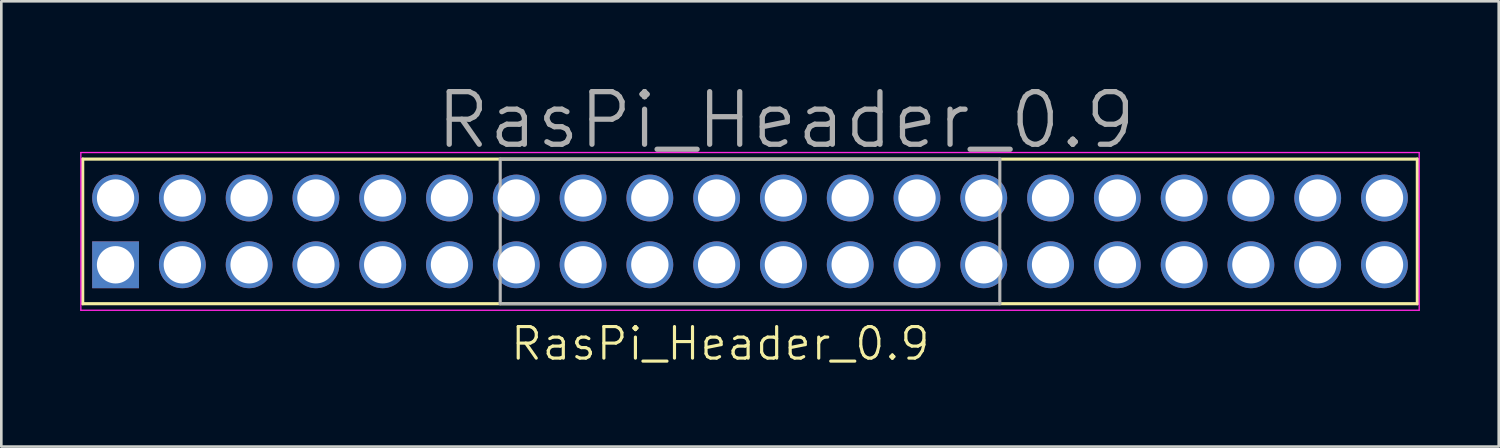
<source format=kicad_pcb>
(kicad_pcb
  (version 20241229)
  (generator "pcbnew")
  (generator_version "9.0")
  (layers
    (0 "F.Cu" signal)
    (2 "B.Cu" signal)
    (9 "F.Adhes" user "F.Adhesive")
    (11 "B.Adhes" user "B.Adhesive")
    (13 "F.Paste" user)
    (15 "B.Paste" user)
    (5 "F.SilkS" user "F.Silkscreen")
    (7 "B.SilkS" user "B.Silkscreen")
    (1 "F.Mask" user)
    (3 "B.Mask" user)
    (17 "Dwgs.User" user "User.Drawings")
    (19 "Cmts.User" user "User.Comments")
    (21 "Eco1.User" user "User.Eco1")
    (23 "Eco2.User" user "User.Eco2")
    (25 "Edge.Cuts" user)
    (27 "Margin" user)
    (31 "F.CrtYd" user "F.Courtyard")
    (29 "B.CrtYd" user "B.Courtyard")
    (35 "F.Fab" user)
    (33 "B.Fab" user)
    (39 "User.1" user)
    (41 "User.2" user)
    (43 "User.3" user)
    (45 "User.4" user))
  (footprint "RasPi_Header_0.9"
    (layer "F.Cu")
    (at 1.345 7.021)
    (property "Reference" "RasPi_Header_0.9" (at 23 3 0) (layer "F.SilkS") (effects (font (size 1.2 1.2) (thickness 0.12))))
    (attr through_hole)
    (fp_line (start -1.25 -4.02) (end 49.51 -4.02) (stroke (width 0.12) (type solid)) (layer "F.SilkS"))
    (fp_line (start -1.25 1.48) (end -1.25 -4.02) (stroke (width 0.12) (type solid)) (layer "F.SilkS"))
    (fp_line (start 49.51 -4.02) (end 49.51 1.48) (stroke (width 0.12) (type solid)) (layer "F.SilkS"))
    (fp_line (start 49.51 1.48) (end -1.25 1.48) (stroke (width 0.12) (type solid)) (layer "F.SilkS"))
    (fp_line (start -0.45 -2.99) (end 0.45 -2.99) (stroke (width 0.025) (type solid)) (layer "Dwgs.User"))
    (fp_line (start -0.45 -2.09) (end -0.45 -2.99) (stroke (width 0.025) (type solid)) (layer "Dwgs.User"))
    (fp_line (start -0.45 -0.45) (end 0.45 -0.45) (stroke (width 0.025) (type solid)) (layer "Dwgs.User"))
    (fp_line (start -0.45 0.45) (end -0.45 -0.45) (stroke (width 0.025) (type solid)) (layer "Dwgs.User"))
    (fp_line (start 0.45 -2.99) (end 0.45 -2.09) (stroke (width 0.025) (type solid)) (layer "Dwgs.User"))
    (fp_line (start 0.45 -2.09) (end -0.45 -2.09) (stroke (width 0.025) (type solid)) (layer "Dwgs.User"))
    (fp_line (start 0.45 -0.45) (end 0.45 0.45) (stroke (width 0.025) (type solid)) (layer "Dwgs.User"))
    (fp_line (start 0.45 0.45) (end -0.45 0.45) (stroke (width 0.025) (type solid)) (layer "Dwgs.User"))
    (fp_line (start 2.09 -2.99) (end 2.99 -2.99) (stroke (width 0.025) (type solid)) (layer "Dwgs.User"))
    (fp_line (start 2.09 -2.09) (end 2.09 -2.99) (stroke (width 0.025) (type solid)) (layer "Dwgs.User"))
    (fp_line (start 2.09 -0.45) (end 2.99 -0.45) (stroke (width 0.025) (type solid)) (layer "Dwgs.User"))
    (fp_line (start 2.09 0.45) (end 2.09 -0.45) (stroke (width 0.025) (type solid)) (layer "Dwgs.User"))
    (fp_line (start 2.99 -2.99) (end 2.99 -2.09) (stroke (width 0.025) (type solid)) (layer "Dwgs.User"))
    (fp_line (start 2.99 -2.09) (end 2.09 -2.09) (stroke (width 0.025) (type solid)) (layer "Dwgs.User"))
    (fp_line (start 2.99 -0.45) (end 2.99 0.45) (stroke (width 0.025) (type solid)) (layer "Dwgs.User"))
    (fp_line (start 2.99 0.45) (end 2.09 0.45) (stroke (width 0.025) (type solid)) (layer "Dwgs.User"))
    (fp_line (start 4.63 -2.99) (end 5.53 -2.99) (stroke (width 0.025) (type solid)) (layer "Dwgs.User"))
    (fp_line (start 4.63 -2.09) (end 4.63 -2.99) (stroke (width 0.025) (type solid)) (layer "Dwgs.User"))
    (fp_line (start 4.63 -0.45) (end 5.53 -0.45) (stroke (width 0.025) (type solid)) (layer "Dwgs.User"))
    (fp_line (start 4.63 0.45) (end 4.63 -0.45) (stroke (width 0.025) (type solid)) (layer "Dwgs.User"))
    (fp_line (start 5.53 -2.99) (end 5.53 -2.09) (stroke (width 0.025) (type solid)) (layer "Dwgs.User"))
    (fp_line (start 5.53 -2.09) (end 4.63 -2.09) (stroke (width 0.025) (type solid)) (layer "Dwgs.User"))
    (fp_line (start 5.53 -0.45) (end 5.53 0.45) (stroke (width 0.025) (type solid)) (layer "Dwgs.User"))
    (fp_line (start 5.53 0.45) (end 4.63 0.45) (stroke (width 0.025) (type solid)) (layer "Dwgs.User"))
    (fp_line (start 7.17 -2.99) (end 8.07 -2.99) (stroke (width 0.025) (type solid)) (layer "Dwgs.User"))
    (fp_line (start 7.17 -2.09) (end 7.17 -2.99) (stroke (width 0.025) (type solid)) (layer "Dwgs.User"))
    (fp_line (start 7.17 -0.45) (end 8.07 -0.45) (stroke (width 0.025) (type solid)) (layer "Dwgs.User"))
    (fp_line (start 7.17 0.45) (end 7.17 -0.45) (stroke (width 0.025) (type solid)) (layer "Dwgs.User"))
    (fp_line (start 8.07 -2.99) (end 8.07 -2.09) (stroke (width 0.025) (type solid)) (layer "Dwgs.User"))
    (fp_line (start 8.07 -2.09) (end 7.17 -2.09) (stroke (width 0.025) (type solid)) (layer "Dwgs.User"))
    (fp_line (start 8.07 -0.45) (end 8.07 0.45) (stroke (width 0.025) (type solid)) (layer "Dwgs.User"))
    (fp_line (start 8.07 0.45) (end 7.17 0.45) (stroke (width 0.025) (type solid)) (layer "Dwgs.User"))
    (fp_line (start 9.71 -2.99) (end 10.61 -2.99) (stroke (width 0.025) (type solid)) (layer "Dwgs.User"))
    (fp_line (start 9.71 -2.09) (end 9.71 -2.99) (stroke (width 0.025) (type solid)) (layer "Dwgs.User"))
    (fp_line (start 9.71 -0.45) (end 10.61 -0.45) (stroke (width 0.025) (type solid)) (layer "Dwgs.User"))
    (fp_line (start 9.71 0.45) (end 9.71 -0.45) (stroke (width 0.025) (type solid)) (layer "Dwgs.User"))
    (fp_line (start 10.61 -2.99) (end 10.61 -2.09) (stroke (width 0.025) (type solid)) (layer "Dwgs.User"))
    (fp_line (start 10.61 -2.09) (end 9.71 -2.09) (stroke (width 0.025) (type solid)) (layer "Dwgs.User"))
    (fp_line (start 10.61 -0.45) (end 10.61 0.45) (stroke (width 0.025) (type solid)) (layer "Dwgs.User"))
    (fp_line (start 10.61 0.45) (end 9.71 0.45) (stroke (width 0.025) (type solid)) (layer "Dwgs.User"))
    (fp_line (start 12.25 -2.99) (end 13.15 -2.99) (stroke (width 0.025) (type solid)) (layer "Dwgs.User"))
    (fp_line (start 12.25 -2.09) (end 12.25 -2.99) (stroke (width 0.025) (type solid)) (layer "Dwgs.User"))
    (fp_line (start 12.25 -0.45) (end 13.15 -0.45) (stroke (width 0.025) (type solid)) (layer "Dwgs.User"))
    (fp_line (start 12.25 0.45) (end 12.25 -0.45) (stroke (width 0.025) (type solid)) (layer "Dwgs.User"))
    (fp_line (start 13.15 -2.99) (end 13.15 -2.09) (stroke (width 0.025) (type solid)) (layer "Dwgs.User"))
    (fp_line (start 13.15 -2.09) (end 12.25 -2.09) (stroke (width 0.025) (type solid)) (layer "Dwgs.User"))
    (fp_line (start 13.15 -0.45) (end 13.15 0.45) (stroke (width 0.025) (type solid)) (layer "Dwgs.User"))
    (fp_line (start 13.15 0.45) (end 12.25 0.45) (stroke (width 0.025) (type solid)) (layer "Dwgs.User"))
    (fp_line (start 14.63 -4.02) (end 33.63 -4.02) (stroke (width 0.025) (type solid)) (layer "Dwgs.User"))
    (fp_line (start 14.63 1.48) (end 14.63 -4.02) (stroke (width 0.025) (type solid)) (layer "Dwgs.User"))
    (fp_line (start 14.79 -2.99) (end 15.69 -2.99) (stroke (width 0.025) (type solid)) (layer "Dwgs.User"))
    (fp_line (start 14.79 -2.09) (end 14.79 -2.99) (stroke (width 0.025) (type solid)) (layer "Dwgs.User"))
    (fp_line (start 14.79 -0.45) (end 15.69 -0.45) (stroke (width 0.025) (type solid)) (layer "Dwgs.User"))
    (fp_line (start 14.79 0.45) (end 14.79 -0.45) (stroke (width 0.025) (type solid)) (layer "Dwgs.User"))
    (fp_line (start 15.69 -2.99) (end 15.69 -2.09) (stroke (width 0.025) (type solid)) (layer "Dwgs.User"))
    (fp_line (start 15.69 -2.09) (end 14.79 -2.09) (stroke (width 0.025) (type solid)) (layer "Dwgs.User"))
    (fp_line (start 15.69 -0.45) (end 15.69 0.45) (stroke (width 0.025) (type solid)) (layer "Dwgs.User"))
    (fp_line (start 15.69 0.45) (end 14.79 0.45) (stroke (width 0.025) (type solid)) (layer "Dwgs.User"))
    (fp_line (start 17.33 -2.99) (end 18.23 -2.99) (stroke (width 0.025) (type solid)) (layer "Dwgs.User"))
    (fp_line (start 17.33 -2.09) (end 17.33 -2.99) (stroke (width 0.025) (type solid)) (layer "Dwgs.User"))
    (fp_line (start 17.33 -0.45) (end 18.23 -0.45) (stroke (width 0.025) (type solid)) (layer "Dwgs.User"))
    (fp_line (start 17.33 0.45) (end 17.33 -0.45) (stroke (width 0.025) (type solid)) (layer "Dwgs.User"))
    (fp_line (start 18.23 -2.99) (end 18.23 -2.09) (stroke (width 0.025) (type solid)) (layer "Dwgs.User"))
    (fp_line (start 18.23 -2.09) (end 17.33 -2.09) (stroke (width 0.025) (type solid)) (layer "Dwgs.User"))
    (fp_line (start 18.23 -0.45) (end 18.23 0.45) (stroke (width 0.025) (type solid)) (layer "Dwgs.User"))
    (fp_line (start 18.23 0.45) (end 17.33 0.45) (stroke (width 0.025) (type solid)) (layer "Dwgs.User"))
    (fp_line (start 19.87 -2.99) (end 20.77 -2.99) (stroke (width 0.025) (type solid)) (layer "Dwgs.User"))
    (fp_line (start 19.87 -2.09) (end 19.87 -2.99) (stroke (width 0.025) (type solid)) (layer "Dwgs.User"))
    (fp_line (start 19.87 -0.45) (end 20.77 -0.45) (stroke (width 0.025) (type solid)) (layer "Dwgs.User"))
    (fp_line (start 19.87 0.45) (end 19.87 -0.45) (stroke (width 0.025) (type solid)) (layer "Dwgs.User"))
    (fp_line (start 20.77 -2.99) (end 20.77 -2.09) (stroke (width 0.025) (type solid)) (layer "Dwgs.User"))
    (fp_line (start 20.77 -2.09) (end 19.87 -2.09) (stroke (width 0.025) (type solid)) (layer "Dwgs.User"))
    (fp_line (start 20.77 -0.45) (end 20.77 0.45) (stroke (width 0.025) (type solid)) (layer "Dwgs.User"))
    (fp_line (start 20.77 0.45) (end 19.87 0.45) (stroke (width 0.025) (type solid)) (layer "Dwgs.User"))
    (fp_line (start 22.41 -2.99) (end 23.31 -2.99) (stroke (width 0.025) (type solid)) (layer "Dwgs.User"))
    (fp_line (start 22.41 -2.09) (end 22.41 -2.99) (stroke (width 0.025) (type solid)) (layer "Dwgs.User"))
    (fp_line (start 22.41 -0.45) (end 23.31 -0.45) (stroke (width 0.025) (type solid)) (layer "Dwgs.User"))
    (fp_line (start 22.41 0.45) (end 22.41 -0.45) (stroke (width 0.025) (type solid)) (layer "Dwgs.User"))
    (fp_line (start 23.31 -2.99) (end 23.31 -2.09) (stroke (width 0.025) (type solid)) (layer "Dwgs.User"))
    (fp_line (start 23.31 -2.09) (end 22.41 -2.09) (stroke (width 0.025) (type solid)) (layer "Dwgs.User"))
    (fp_line (start 23.31 -0.45) (end 23.31 0.45) (stroke (width 0.025) (type solid)) (layer "Dwgs.User"))
    (fp_line (start 23.31 0.45) (end 22.41 0.45) (stroke (width 0.025) (type solid)) (layer "Dwgs.User"))
    (fp_line (start 24.95 -2.99) (end 25.85 -2.99) (stroke (width 0.025) (type solid)) (layer "Dwgs.User"))
    (fp_line (start 24.95 -2.09) (end 24.95 -2.99) (stroke (width 0.025) (type solid)) (layer "Dwgs.User"))
    (fp_line (start 24.95 -0.45) (end 25.85 -0.45) (stroke (width 0.025) (type solid)) (layer "Dwgs.User"))
    (fp_line (start 24.95 0.45) (end 24.95 -0.45) (stroke (width 0.025) (type solid)) (layer "Dwgs.User"))
    (fp_line (start 25.85 -2.99) (end 25.85 -2.09) (stroke (width 0.025) (type solid)) (layer "Dwgs.User"))
    (fp_line (start 25.85 -2.09) (end 24.95 -2.09) (stroke (width 0.025) (type solid)) (layer "Dwgs.User"))
    (fp_line (start 25.85 -0.45) (end 25.85 0.45) (stroke (width 0.025) (type solid)) (layer "Dwgs.User"))
    (fp_line (start 25.85 0.45) (end 24.95 0.45) (stroke (width 0.025) (type solid)) (layer "Dwgs.User"))
    (fp_line (start 27.49 -2.99) (end 28.39 -2.99) (stroke (width 0.025) (type solid)) (layer "Dwgs.User"))
    (fp_line (start 27.49 -2.09) (end 27.49 -2.99) (stroke (width 0.025) (type solid)) (layer "Dwgs.User"))
    (fp_line (start 27.49 -0.45) (end 28.39 -0.45) (stroke (width 0.025) (type solid)) (layer "Dwgs.User"))
    (fp_line (start 27.49 0.45) (end 27.49 -0.45) (stroke (width 0.025) (type solid)) (layer "Dwgs.User"))
    (fp_line (start 28.39 -2.99) (end 28.39 -2.09) (stroke (width 0.025) (type solid)) (layer "Dwgs.User"))
    (fp_line (start 28.39 -2.09) (end 27.49 -2.09) (stroke (width 0.025) (type solid)) (layer "Dwgs.User"))
    (fp_line (start 28.39 -0.45) (end 28.39 0.45) (stroke (width 0.025) (type solid)) (layer "Dwgs.User"))
    (fp_line (start 28.39 0.45) (end 27.49 0.45) (stroke (width 0.025) (type solid)) (layer "Dwgs.User"))
    (fp_line (start 30.03 -2.99) (end 30.93 -2.99) (stroke (width 0.025) (type solid)) (layer "Dwgs.User"))
    (fp_line (start 30.03 -2.09) (end 30.03 -2.99) (stroke (width 0.025) (type solid)) (layer "Dwgs.User"))
    (fp_line (start 30.03 -0.45) (end 30.93 -0.45) (stroke (width 0.025) (type solid)) (layer "Dwgs.User"))
    (fp_line (start 30.03 0.45) (end 30.03 -0.45) (stroke (width 0.025) (type solid)) (layer "Dwgs.User"))
    (fp_line (start 30.93 -2.99) (end 30.93 -2.09) (stroke (width 0.025) (type solid)) (layer "Dwgs.User"))
    (fp_line (start 30.93 -2.09) (end 30.03 -2.09) (stroke (width 0.025) (type solid)) (layer "Dwgs.User"))
    (fp_line (start 30.93 -0.45) (end 30.93 0.45) (stroke (width 0.025) (type solid)) (layer "Dwgs.User"))
    (fp_line (start 30.93 0.45) (end 30.03 0.45) (stroke (width 0.025) (type solid)) (layer "Dwgs.User"))
    (fp_line (start 32.57 -2.99) (end 33.47 -2.99) (stroke (width 0.025) (type solid)) (layer "Dwgs.User"))
    (fp_line (start 32.57 -2.09) (end 32.57 -2.99) (stroke (width 0.025) (type solid)) (layer "Dwgs.User"))
    (fp_line (start 32.57 -0.45) (end 33.47 -0.45) (stroke (width 0.025) (type solid)) (layer "Dwgs.User"))
    (fp_line (start 32.57 0.45) (end 32.57 -0.45) (stroke (width 0.025) (type solid)) (layer "Dwgs.User"))
    (fp_line (start 33.47 -2.99) (end 33.47 -2.09) (stroke (width 0.025) (type solid)) (layer "Dwgs.User"))
    (fp_line (start 33.47 -2.09) (end 32.57 -2.09) (stroke (width 0.025) (type solid)) (layer "Dwgs.User"))
    (fp_line (start 33.47 -0.45) (end 33.47 0.45) (stroke (width 0.025) (type solid)) (layer "Dwgs.User"))
    (fp_line (start 33.47 0.45) (end 32.57 0.45) (stroke (width 0.025) (type solid)) (layer "Dwgs.User"))
    (fp_line (start 33.63 -4.02) (end 33.63 1.48) (stroke (width 0.025) (type solid)) (layer "Dwgs.User"))
    (fp_line (start 33.63 1.48) (end 14.63 1.48) (stroke (width 0.025) (type solid)) (layer "Dwgs.User"))
    (fp_line (start 35.11 -2.99) (end 36.01 -2.99) (stroke (width 0.025) (type solid)) (layer "Dwgs.User"))
    (fp_line (start 35.11 -2.09) (end 35.11 -2.99) (stroke (width 0.025) (type solid)) (layer "Dwgs.User"))
    (fp_line (start 35.11 -0.45) (end 36.01 -0.45) (stroke (width 0.025) (type solid)) (layer "Dwgs.User"))
    (fp_line (start 35.11 0.45) (end 35.11 -0.45) (stroke (width 0.025) (type solid)) (layer "Dwgs.User"))
    (fp_line (start 36.01 -2.99) (end 36.01 -2.09) (stroke (width 0.025) (type solid)) (layer "Dwgs.User"))
    (fp_line (start 36.01 -2.09) (end 35.11 -2.09) (stroke (width 0.025) (type solid)) (layer "Dwgs.User"))
    (fp_line (start 36.01 -0.45) (end 36.01 0.45) (stroke (width 0.025) (type solid)) (layer "Dwgs.User"))
    (fp_line (start 36.01 0.45) (end 35.11 0.45) (stroke (width 0.025) (type solid)) (layer "Dwgs.User"))
    (fp_line (start 37.65 -2.99) (end 38.55 -2.99) (stroke (width 0.025) (type solid)) (layer "Dwgs.User"))
    (fp_line (start 37.65 -2.09) (end 37.65 -2.99) (stroke (width 0.025) (type solid)) (layer "Dwgs.User"))
    (fp_line (start 37.65 -0.45) (end 38.55 -0.45) (stroke (width 0.025) (type solid)) (layer "Dwgs.User"))
    (fp_line (start 37.65 0.45) (end 37.65 -0.45) (stroke (width 0.025) (type solid)) (layer "Dwgs.User"))
    (fp_line (start 38.55 -2.99) (end 38.55 -2.09) (stroke (width 0.025) (type solid)) (layer "Dwgs.User"))
    (fp_line (start 38.55 -2.09) (end 37.65 -2.09) (stroke (width 0.025) (type solid)) (layer "Dwgs.User"))
    (fp_line (start 38.55 -0.45) (end 38.55 0.45) (stroke (width 0.025) (type solid)) (layer "Dwgs.User"))
    (fp_line (start 38.55 0.45) (end 37.65 0.45) (stroke (width 0.025) (type solid)) (layer "Dwgs.User"))
    (fp_line (start 40.19 -2.99) (end 41.09 -2.99) (stroke (width 0.025) (type solid)) (layer "Dwgs.User"))
    (fp_line (start 40.19 -2.09) (end 40.19 -2.99) (stroke (width 0.025) (type solid)) (layer "Dwgs.User"))
    (fp_line (start 40.19 -0.45) (end 41.09 -0.45) (stroke (width 0.025) (type solid)) (layer "Dwgs.User"))
    (fp_line (start 40.19 0.45) (end 40.19 -0.45) (stroke (width 0.025) (type solid)) (layer "Dwgs.User"))
    (fp_line (start 41.09 -2.99) (end 41.09 -2.09) (stroke (width 0.025) (type solid)) (layer "Dwgs.User"))
    (fp_line (start 41.09 -2.09) (end 40.19 -2.09) (stroke (width 0.025) (type solid)) (layer "Dwgs.User"))
    (fp_line (start 41.09 -0.45) (end 41.09 0.45) (stroke (width 0.025) (type solid)) (layer "Dwgs.User"))
    (fp_line (start 41.09 0.45) (end 40.19 0.45) (stroke (width 0.025) (type solid)) (layer "Dwgs.User"))
    (fp_line (start 42.73 -2.99) (end 43.63 -2.99) (stroke (width 0.025) (type solid)) (layer "Dwgs.User"))
    (fp_line (start 42.73 -2.09) (end 42.73 -2.99) (stroke (width 0.025) (type solid)) (layer "Dwgs.User"))
    (fp_line (start 42.73 -0.45) (end 43.63 -0.45) (stroke (width 0.025) (type solid)) (layer "Dwgs.User"))
    (fp_line (start 42.73 0.45) (end 42.73 -0.45) (stroke (width 0.025) (type solid)) (layer "Dwgs.User"))
    (fp_line (start 43.63 -2.99) (end 43.63 -2.09) (stroke (width 0.025) (type solid)) (layer "Dwgs.User"))
    (fp_line (start 43.63 -2.09) (end 42.73 -2.09) (stroke (width 0.025) (type solid)) (layer "Dwgs.User"))
    (fp_line (start 43.63 -0.45) (end 43.63 0.45) (stroke (width 0.025) (type solid)) (layer "Dwgs.User"))
    (fp_line (start 43.63 0.45) (end 42.73 0.45) (stroke (width 0.025) (type solid)) (layer "Dwgs.User"))
    (fp_line (start 45.27 -2.99) (end 46.17 -2.99) (stroke (width 0.025) (type solid)) (layer "Dwgs.User"))
    (fp_line (start 45.27 -2.09) (end 45.27 -2.99) (stroke (width 0.025) (type solid)) (layer "Dwgs.User"))
    (fp_line (start 45.27 -0.45) (end 46.17 -0.45) (stroke (width 0.025) (type solid)) (layer "Dwgs.User"))
    (fp_line (start 45.27 0.45) (end 45.27 -0.45) (stroke (width 0.025) (type solid)) (layer "Dwgs.User"))
    (fp_line (start 46.17 -2.99) (end 46.17 -2.09) (stroke (width 0.025) (type solid)) (layer "Dwgs.User"))
    (fp_line (start 46.17 -2.09) (end 45.27 -2.09) (stroke (width 0.025) (type solid)) (layer "Dwgs.User"))
    (fp_line (start 46.17 -0.45) (end 46.17 0.45) (stroke (width 0.025) (type solid)) (layer "Dwgs.User"))
    (fp_line (start 46.17 0.45) (end 45.27 0.45) (stroke (width 0.025) (type solid)) (layer "Dwgs.User"))
    (fp_line (start 47.81 -2.99) (end 48.71 -2.99) (stroke (width 0.025) (type solid)) (layer "Dwgs.User"))
    (fp_line (start 47.81 -2.09) (end 47.81 -2.99) (stroke (width 0.025) (type solid)) (layer "Dwgs.User"))
    (fp_line (start 47.81 -0.45) (end 48.71 -0.45) (stroke (width 0.025) (type solid)) (layer "Dwgs.User"))
    (fp_line (start 47.81 0.45) (end 47.81 -0.45) (stroke (width 0.025) (type solid)) (layer "Dwgs.User"))
    (fp_line (start 48.71 -2.99) (end 48.71 -2.09) (stroke (width 0.025) (type solid)) (layer "Dwgs.User"))
    (fp_line (start 48.71 -2.09) (end 47.81 -2.09) (stroke (width 0.025) (type solid)) (layer "Dwgs.User"))
    (fp_line (start 48.71 -0.45) (end 48.71 0.45) (stroke (width 0.025) (type solid)) (layer "Dwgs.User"))
    (fp_line (start 48.71 0.45) (end 47.81 0.45) (stroke (width 0.025) (type solid)) (layer "Dwgs.User"))
    (fp_line (start -1.32 -4.27) (end 49.58 -4.27) (stroke (width 0.05) (type solid)) (layer "F.CrtYd"))
    (fp_line (start -1.32 1.73) (end -1.32 -4.27) (stroke (width 0.05) (type solid)) (layer "F.CrtYd"))
    (fp_line (start 0 -0.35) (end 0 0.35) (stroke (width 0.05) (type solid)) (layer "F.CrtYd"))
    (fp_line (start 0.35 0) (end -0.35 0) (stroke (width 0.05) (type solid)) (layer "F.CrtYd"))
    (fp_line (start 49.58 -4.27) (end 49.58 1.73) (stroke (width 0.05) (type solid)) (layer "F.CrtYd"))
    (fp_line (start 49.58 1.73) (end -1.32 1.73) (stroke (width 0.05) (type solid)) (layer "F.CrtYd"))
    (fp_circle (center 0 0) (end 0 0.25) (stroke (width 0.05) (type solid)) (fill no) (layer "F.CrtYd"))
    (fp_line (start 14.63 -4.02) (end 33.63 -4.02) (stroke (width 0.12) (type solid)) (layer "F.Fab"))
    (fp_line (start 14.63 1.48) (end 14.63 -4.02) (stroke (width 0.12) (type solid)) (layer "F.Fab"))
    (fp_line (start 33.63 -4.02) (end 33.63 1.48) (stroke (width 0.12) (type solid)) (layer "F.Fab"))
    (fp_line (start 33.63 1.48) (end 14.63 1.48) (stroke (width 0.12) (type solid)) (layer "F.Fab"))
    (fp_text user "${REFERENCE}" (at 25.5 -5.5 0) (layer "F.Fab") (effects (font (size 2 2) (thickness 0.2))))
    (pad "1" thru_hole rect (at 0 0) (size 1.78 1.78) (drill 1.42) (layers "*.Cu" "*.Mask"))
    (pad "2" thru_hole circle (at 0 -2.54) (size 1.78 1.78) (drill 1.42) (layers "*.Cu" "*.Mask"))
    (pad "3" thru_hole circle (at 2.54 0) (size 1.78 1.78) (drill 1.42) (layers "*.Cu" "*.Mask"))
    (pad "4" thru_hole circle (at 2.54 -2.54) (size 1.78 1.78) (drill 1.42) (layers "*.Cu" "*.Mask"))
    (pad "5" thru_hole circle (at 5.08 0) (size 1.78 1.78) (drill 1.42) (layers "*.Cu" "*.Mask"))
    (pad "6" thru_hole circle (at 5.08 -2.54) (size 1.78 1.78) (drill 1.42) (layers "*.Cu" "*.Mask"))
    (pad "7" thru_hole circle (at 7.62 0) (size 1.78 1.78) (drill 1.42) (layers "*.Cu" "*.Mask"))
    (pad "8" thru_hole circle (at 7.62 -2.54) (size 1.78 1.78) (drill 1.42) (layers "*.Cu" "*.Mask"))
    (pad "9" thru_hole circle (at 10.16 0) (size 1.78 1.78) (drill 1.42) (layers "*.Cu" "*.Mask"))
    (pad "10" thru_hole circle (at 10.16 -2.54) (size 1.78 1.78) (drill 1.42) (layers "*.Cu" "*.Mask"))
    (pad "11" thru_hole circle (at 12.7 0) (size 1.78 1.78) (drill 1.42) (layers "*.Cu" "*.Mask"))
    (pad "12" thru_hole circle (at 12.7 -2.54) (size 1.78 1.78) (drill 1.42) (layers "*.Cu" "*.Mask"))
    (pad "13" thru_hole circle (at 15.24 0) (size 1.78 1.78) (drill 1.42) (layers "*.Cu" "*.Mask"))
    (pad "14" thru_hole circle (at 15.24 -2.54) (size 1.78 1.78) (drill 1.42) (layers "*.Cu" "*.Mask"))
    (pad "15" thru_hole circle (at 17.78 0) (size 1.78 1.78) (drill 1.42) (layers "*.Cu" "*.Mask"))
    (pad "16" thru_hole circle (at 17.78 -2.54) (size 1.78 1.78) (drill 1.42) (layers "*.Cu" "*.Mask"))
    (pad "17" thru_hole circle (at 20.32 0) (size 1.78 1.78) (drill 1.42) (layers "*.Cu" "*.Mask"))
    (pad "18" thru_hole circle (at 20.32 -2.54) (size 1.78 1.78) (drill 1.42) (layers "*.Cu" "*.Mask"))
    (pad "19" thru_hole circle (at 22.86 0) (size 1.78 1.78) (drill 1.42) (layers "*.Cu" "*.Mask"))
    (pad "20" thru_hole circle (at 22.86 -2.54) (size 1.78 1.78) (drill 1.42) (layers "*.Cu" "*.Mask"))
    (pad "21" thru_hole circle (at 25.4 0) (size 1.78 1.78) (drill 1.42) (layers "*.Cu" "*.Mask"))
    (pad "22" thru_hole circle (at 25.4 -2.54) (size 1.78 1.78) (drill 1.42) (layers "*.Cu" "*.Mask"))
    (pad "23" thru_hole circle (at 27.94 0) (size 1.78 1.78) (drill 1.42) (layers "*.Cu" "*.Mask"))
    (pad "24" thru_hole circle (at 27.94 -2.54) (size 1.78 1.78) (drill 1.42) (layers "*.Cu" "*.Mask"))
    (pad "25" thru_hole circle (at 30.48 0) (size 1.78 1.78) (drill 1.42) (layers "*.Cu" "*.Mask"))
    (pad "26" thru_hole circle (at 30.48 -2.54) (size 1.78 1.78) (drill 1.42) (layers "*.Cu" "*.Mask"))
    (pad "27" thru_hole circle (at 33.02 0) (size 1.78 1.78) (drill 1.42) (layers "*.Cu" "*.Mask"))
    (pad "28" thru_hole circle (at 33.02 -2.54) (size 1.78 1.78) (drill 1.42) (layers "*.Cu" "*.Mask"))
    (pad "29" thru_hole circle (at 35.56 0) (size 1.78 1.78) (drill 1.42) (layers "*.Cu" "*.Mask"))
    (pad "30" thru_hole circle (at 35.56 -2.54) (size 1.78 1.78) (drill 1.42) (layers "*.Cu" "*.Mask"))
    (pad "31" thru_hole circle (at 38.1 0) (size 1.78 1.78) (drill 1.42) (layers "*.Cu" "*.Mask"))
    (pad "32" thru_hole circle (at 38.1 -2.54) (size 1.78 1.78) (drill 1.42) (layers "*.Cu" "*.Mask"))
    (pad "33" thru_hole circle (at 40.64 0) (size 1.78 1.78) (drill 1.42) (layers "*.Cu" "*.Mask"))
    (pad "34" thru_hole circle (at 40.64 -2.54) (size 1.78 1.78) (drill 1.42) (layers "*.Cu" "*.Mask"))
    (pad "35" thru_hole circle (at 43.18 0) (size 1.78 1.78) (drill 1.42) (layers "*.Cu" "*.Mask"))
    (pad "36" thru_hole circle (at 43.18 -2.54) (size 1.78 1.78) (drill 1.42) (layers "*.Cu" "*.Mask"))
    (pad "37" thru_hole circle (at 45.72 0) (size 1.78 1.78) (drill 1.42) (layers "*.Cu" "*.Mask"))
    (pad "38" thru_hole circle (at 45.72 -2.54) (size 1.78 1.78) (drill 1.42) (layers "*.Cu" "*.Mask"))
    (pad "39" thru_hole circle (at 48.26 0) (size 1.78 1.78) (drill 1.42) (layers "*.Cu" "*.Mask"))
    (pad "40" thru_hole circle (at 48.26 -2.54) (size 1.78 1.78) (drill 1.42) (layers "*.Cu" "*.Mask")))
  (gr_rect
    (start -3 -3)
    (end 53.95 13.934)
    (stroke (width 0.1) (type default))
    (fill no)
    (layer "Edge.Cuts")))
</source>
